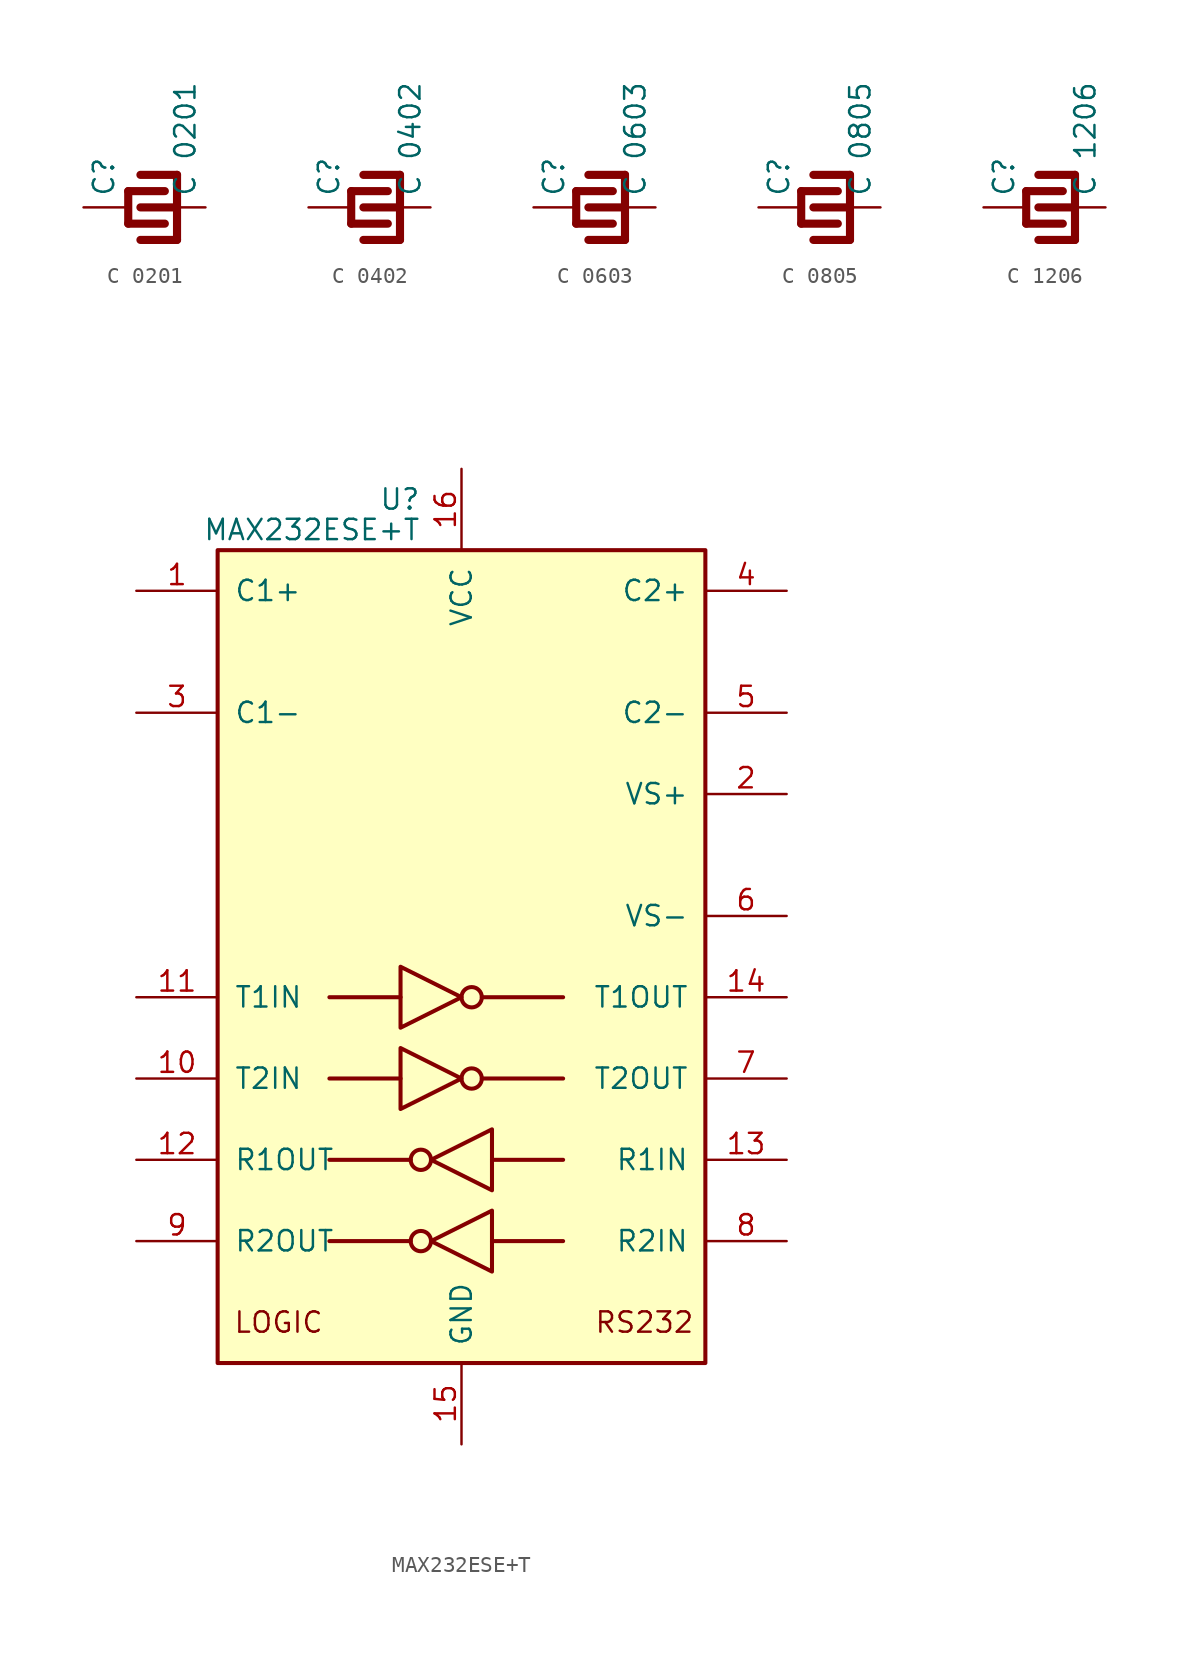
<source format=kicad_sym>
(kicad_symbol_lib
  (version 20220914)
  (generator kicad_symbol_editor)
  (symbol "C 0201"
    (pin_numbers hide)
    (pin_names
      (offset 0.254))
    (property "Reference" "C"
      (at -3.048 0.635 90)
      (effects (font (size 1.27 1.27)) (justify left)))
    (property "Value" "C 0201"
      (at 2.032 0.635 90)
      (effects (font (size 1.27 1.27)) (justify left)))
    (symbol "C 0201_0_0"
      (text "" (at -0.127 1.905 0) (effects (font (size 1.27 1.27)))))
    (symbol "C 0201_0_1"
      (polyline (pts (xy -1.524 -1.016) (xy -1.524 1.016)) (stroke (width 0.508) (type default)) (fill (type none)))
      (polyline (pts (xy 0.762 -1.016) (xy -1.524 -1.016)) (stroke (width 0.508) (type default)) (fill (type none)))
      (polyline (pts (xy 0.762 1.016) (xy -1.524 1.016)) (stroke (width 0.508) (type default)) (fill (type none)))
      (polyline (pts (xy 1.524 -2.032) (xy -0.762 -2.032)) (stroke (width 0.508) (type default)) (fill (type none)))
      (polyline (pts (xy 1.524 -2.032) (xy 1.524 2.032)) (stroke (width 0.508) (type default)) (fill (type none)))
      (polyline (pts (xy 1.524 0) (xy -0.762 0)) (stroke (width 0.508) (type default)) (fill (type none)))
      (polyline (pts (xy 1.524 2.032) (xy -0.762 2.032)) (stroke (width 0.508) (type default)) (fill (type none))))
    (symbol "C 0201_1_1"
      (pin passive line (at -4.318 0 0) (length 2.794) (name "~" (effects (font (size 1.27 1.27)))) (number "1" (effects (font (size 1.27 1.27)))))
      (pin passive line (at 3.302 0 180) (length 2.794) (name "~" (effects (font (size 1.27 1.27)))) (number "2" (effects (font (size 1.27 1.27)))))))
  (symbol "C 0402"
    (pin_numbers hide)
    (pin_names
      (offset 0.254))
    (property "Reference" "C"
      (at -2.794 0.635 90)
      (effects (font (size 1.27 1.27)) (justify left)))
    (property "Value" "C 0402"
      (at 2.286 0.635 90)
      (effects (font (size 1.27 1.27)) (justify left)))
    (symbol "C 0402_0_1"
      (polyline (pts (xy -1.397 -1.016) (xy -1.397 1.016)) (stroke (width 0.508) (type default)) (fill (type none)))
      (polyline (pts (xy 0.889 -1.016) (xy -1.397 -1.016)) (stroke (width 0.508) (type default)) (fill (type none)))
      (polyline (pts (xy 0.889 1.016) (xy -1.397 1.016)) (stroke (width 0.508) (type default)) (fill (type none)))
      (polyline (pts (xy 1.651 -2.032) (xy -0.635 -2.032)) (stroke (width 0.508) (type default)) (fill (type none)))
      (polyline (pts (xy 1.651 -2.032) (xy 1.651 2.032)) (stroke (width 0.508) (type default)) (fill (type none)))
      (polyline (pts (xy 1.651 0) (xy -0.635 0)) (stroke (width 0.508) (type default)) (fill (type none)))
      (polyline (pts (xy 1.651 2.032) (xy -0.635 2.032)) (stroke (width 0.508) (type default)) (fill (type none))))
    (symbol "C 0402_1_1"
      (pin passive line (at -4.064 0 0) (length 2.794) (name "~" (effects (font (size 1.27 1.27)))) (number "1" (effects (font (size 1.27 1.27)))))
      (pin passive line (at 3.556 0 180) (length 2.794) (name "~" (effects (font (size 1.27 1.27)))) (number "2" (effects (font (size 1.27 1.27)))))))
  (symbol "C 0603"
    (pin_numbers hide)
    (pin_names
      (offset 0.254))
    (property "Reference" "C"
      (at -2.794 0.635 90)
      (effects (font (size 1.27 1.27)) (justify left)))
    (property "Value" "C 0603"
      (at 2.286 0.635 90)
      (effects (font (size 1.27 1.27)) (justify left)))
    (symbol "C 0603_0_1"
      (polyline (pts (xy -1.397 -1.016) (xy -1.397 1.016)) (stroke (width 0.508) (type default)) (fill (type none)))
      (polyline (pts (xy 0.889 -1.016) (xy -1.397 -1.016)) (stroke (width 0.508) (type default)) (fill (type none)))
      (polyline (pts (xy 0.889 1.016) (xy -1.397 1.016)) (stroke (width 0.508) (type default)) (fill (type none)))
      (polyline (pts (xy 1.651 -2.032) (xy -0.635 -2.032)) (stroke (width 0.508) (type default)) (fill (type none)))
      (polyline (pts (xy 1.651 -2.032) (xy 1.651 2.032)) (stroke (width 0.508) (type default)) (fill (type none)))
      (polyline (pts (xy 1.651 0) (xy -0.635 0)) (stroke (width 0.508) (type default)) (fill (type none)))
      (polyline (pts (xy 1.651 2.032) (xy -0.635 2.032)) (stroke (width 0.508) (type default)) (fill (type none))))
    (symbol "C 0603_1_1"
      (pin passive line (at -4.064 0 0) (length 2.794) (name "~" (effects (font (size 1.27 1.27)))) (number "1" (effects (font (size 1.27 1.27)))))
      (pin passive line (at 3.556 0 180) (length 2.794) (name "~" (effects (font (size 1.27 1.27)))) (number "2" (effects (font (size 1.27 1.27)))))))
  (symbol "C 0805"
    (pin_numbers hide)
    (pin_names
      (offset 0.254))
    (property "Reference" "C"
      (at -2.794 0.635 90)
      (effects (font (size 1.27 1.27)) (justify left)))
    (property "Value" "C 0805"
      (at 2.286 0.635 90)
      (effects (font (size 1.27 1.27)) (justify left)))
    (symbol "C 0805_0_1"
      (polyline (pts (xy -1.397 -1.016) (xy -1.397 1.016)) (stroke (width 0.508) (type default)) (fill (type none)))
      (polyline (pts (xy 0.889 -1.016) (xy -1.397 -1.016)) (stroke (width 0.508) (type default)) (fill (type none)))
      (polyline (pts (xy 0.889 1.016) (xy -1.397 1.016)) (stroke (width 0.508) (type default)) (fill (type none)))
      (polyline (pts (xy 1.651 -2.032) (xy -0.635 -2.032)) (stroke (width 0.508) (type default)) (fill (type none)))
      (polyline (pts (xy 1.651 -2.032) (xy 1.651 2.032)) (stroke (width 0.508) (type default)) (fill (type none)))
      (polyline (pts (xy 1.651 0) (xy -0.635 0)) (stroke (width 0.508) (type default)) (fill (type none)))
      (polyline (pts (xy 1.651 2.032) (xy -0.635 2.032)) (stroke (width 0.508) (type default)) (fill (type none))))
    (symbol "C 0805_1_1"
      (pin passive line (at -4.064 0 0) (length 2.794) (name "~" (effects (font (size 1.27 1.27)))) (number "1" (effects (font (size 1.27 1.27)))))
      (pin passive line (at 3.556 0 180) (length 2.794) (name "~" (effects (font (size 1.27 1.27)))) (number "2" (effects (font (size 1.27 1.27)))))))
  (symbol "C 1206"
    (pin_numbers hide)
    (pin_names
      (offset 0.254))
    (property "Reference" "C"
      (at -2.794 0.635 90)
      (effects (font (size 1.27 1.27)) (justify left)))
    (property "Value" "C 1206"
      (at 2.286 0.635 90)
      (effects (font (size 1.27 1.27)) (justify left)))
    (symbol "C 1206_0_1"
      (polyline (pts (xy -1.397 -1.016) (xy -1.397 1.016)) (stroke (width 0.508) (type default)) (fill (type none)))
      (polyline (pts (xy 0.889 -1.016) (xy -1.397 -1.016)) (stroke (width 0.508) (type default)) (fill (type none)))
      (polyline (pts (xy 0.889 1.016) (xy -1.397 1.016)) (stroke (width 0.508) (type default)) (fill (type none)))
      (polyline (pts (xy 1.651 -2.032) (xy -0.635 -2.032)) (stroke (width 0.508) (type default)) (fill (type none)))
      (polyline (pts (xy 1.651 -2.032) (xy 1.651 2.032)) (stroke (width 0.508) (type default)) (fill (type none)))
      (polyline (pts (xy 1.651 0) (xy -0.635 0)) (stroke (width 0.508) (type default)) (fill (type none)))
      (polyline (pts (xy 1.651 2.032) (xy -0.635 2.032)) (stroke (width 0.508) (type default)) (fill (type none))))
    (symbol "C 1206_1_1"
      (pin passive line (at -4.064 0 0) (length 2.794) (name "~" (effects (font (size 1.27 1.27)))) (number "1" (effects (font (size 1.27 1.27)))))
      (pin passive line (at 3.556 0 180) (length 2.794) (name "~" (effects (font (size 1.27 1.27)))) (number "2" (effects (font (size 1.27 1.27)))))))
  (symbol "MAX232ESE+T"
    (pin_names
      (offset 1.016))
    (property "Reference" "U"
      (at -2.54 28.575 0)
      (effects (font (size 1.27 1.27)) (justify right)))
    (property "Value" "MAX232ESE+T"
      (at -2.54 26.67 0)
      (effects (font (size 1.27 1.27)) (justify right)))
    (symbol "MAX232ESE+T_0_0"
      (text "LOGIC" (at -11.43 -22.86 0) (effects (font (size 1.27 1.27))))
      (text "RS232" (at 11.43 -22.86 0) (effects (font (size 1.27 1.27)))))
    (symbol "MAX232ESE+T_0_1"
      (rectangle (start -15.24 25.4) (end 15.24 -25.4) (stroke (width 0.254) (type default)) (fill (type background)))
      (circle (center -2.54 -17.78) (radius 0.635) (stroke (width 0.254) (type default)) (fill (type none)))
      (circle (center -2.54 -12.7) (radius 0.635) (stroke (width 0.254) (type default)) (fill (type none)))
      (polyline (pts (xy -3.81 -7.62) (xy -8.255 -7.62)) (stroke (width 0.254) (type default)) (fill (type none)))
      (polyline (pts (xy -3.81 -2.54) (xy -8.255 -2.54)) (stroke (width 0.254) (type default)) (fill (type none)))
      (polyline (pts (xy -3.175 -17.78) (xy -8.255 -17.78)) (stroke (width 0.254) (type default)) (fill (type none)))
      (polyline (pts (xy -3.175 -12.7) (xy -8.255 -12.7)) (stroke (width 0.254) (type default)) (fill (type none)))
      (polyline (pts (xy 1.27 -7.62) (xy 6.35 -7.62)) (stroke (width 0.254) (type default)) (fill (type none)))
      (polyline (pts (xy 1.27 -2.54) (xy 6.35 -2.54)) (stroke (width 0.254) (type default)) (fill (type none)))
      (polyline (pts (xy 1.905 -17.78) (xy 6.35 -17.78)) (stroke (width 0.254) (type default)) (fill (type none)))
      (polyline (pts (xy 1.905 -12.7) (xy 6.35 -12.7)) (stroke (width 0.254) (type default)) (fill (type none)))
      (polyline (pts (xy -3.81 -5.715) (xy -3.81 -9.525) (xy 0 -7.62) (xy -3.81 -5.715)) (stroke (width 0.254) (type default)) (fill (type none)))
      (polyline (pts (xy -3.81 -0.635) (xy -3.81 -4.445) (xy 0 -2.54) (xy -3.81 -0.635)) (stroke (width 0.254) (type default)) (fill (type none)))
      (polyline (pts (xy 1.905 -15.875) (xy 1.905 -19.685) (xy -1.905 -17.78) (xy 1.905 -15.875)) (stroke (width 0.254) (type default)) (fill (type none)))
      (polyline (pts (xy 1.905 -10.795) (xy 1.905 -14.605) (xy -1.905 -12.7) (xy 1.905 -10.795)) (stroke (width 0.254) (type default)) (fill (type none)))
      (circle (center 0.635 -7.62) (radius 0.635) (stroke (width 0.254) (type default)) (fill (type none)))
      (circle (center 0.635 -2.54) (radius 0.635) (stroke (width 0.254) (type default)) (fill (type none))))
    (symbol "MAX232ESE+T_1_1"
      (pin passive line (at -20.32 22.86 0) (length 5.08) (name "C1+" (effects (font (size 1.27 1.27)))) (number "1" (effects (font (size 1.27 1.27)))))
      (pin input line (at -20.32 -7.62 0) (length 5.08) (name "T2IN" (effects (font (size 1.27 1.27)))) (number "10" (effects (font (size 1.27 1.27)))))
      (pin input line (at -20.32 -2.54 0) (length 5.08) (name "T1IN" (effects (font (size 1.27 1.27)))) (number "11" (effects (font (size 1.27 1.27)))))
      (pin output line (at -20.32 -12.7 0) (length 5.08) (name "R1OUT" (effects (font (size 1.27 1.27)))) (number "12" (effects (font (size 1.27 1.27)))))
      (pin input line (at 20.32 -12.7 180) (length 5.08) (name "R1IN" (effects (font (size 1.27 1.27)))) (number "13" (effects (font (size 1.27 1.27)))))
      (pin output line (at 20.32 -2.54 180) (length 5.08) (name "T1OUT" (effects (font (size 1.27 1.27)))) (number "14" (effects (font (size 1.27 1.27)))))
      (pin power_in line (at 0 -30.48 90) (length 5.08) (name "GND" (effects (font (size 1.27 1.27)))) (number "15" (effects (font (size 1.27 1.27)))))
      (pin power_in line (at 0 30.48 270) (length 5.08) (name "VCC" (effects (font (size 1.27 1.27)))) (number "16" (effects (font (size 1.27 1.27)))))
      (pin power_out line (at 20.32 10.16 180) (length 5.08) (name "VS+" (effects (font (size 1.27 1.27)))) (number "2" (effects (font (size 1.27 1.27)))))
      (pin passive line (at -20.32 15.24 0) (length 5.08) (name "C1-" (effects (font (size 1.27 1.27)))) (number "3" (effects (font (size 1.27 1.27)))))
      (pin passive line (at 20.32 22.86 180) (length 5.08) (name "C2+" (effects (font (size 1.27 1.27)))) (number "4" (effects (font (size 1.27 1.27)))))
      (pin passive line (at 20.32 15.24 180) (length 5.08) (name "C2-" (effects (font (size 1.27 1.27)))) (number "5" (effects (font (size 1.27 1.27)))))
      (pin power_out line (at 20.32 2.54 180) (length 5.08) (name "VS-" (effects (font (size 1.27 1.27)))) (number "6" (effects (font (size 1.27 1.27)))))
      (pin output line (at 20.32 -7.62 180) (length 5.08) (name "T2OUT" (effects (font (size 1.27 1.27)))) (number "7" (effects (font (size 1.27 1.27)))))
      (pin input line (at 20.32 -17.78 180) (length 5.08) (name "R2IN" (effects (font (size 1.27 1.27)))) (number "8" (effects (font (size 1.27 1.27)))))
      (pin output line (at -20.32 -17.78 0) (length 5.08) (name "R2OUT" (effects (font (size 1.27 1.27)))) (number "9" (effects (font (size 1.27 1.27))))))))
</source>
